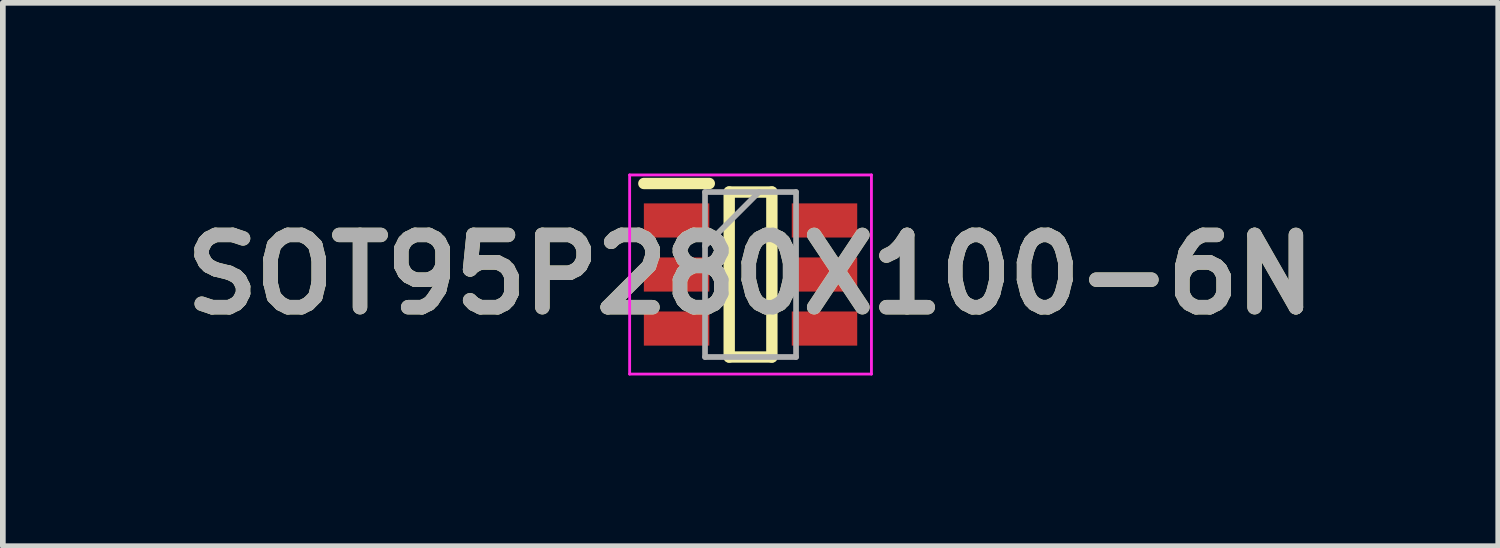
<source format=kicad_pcb>
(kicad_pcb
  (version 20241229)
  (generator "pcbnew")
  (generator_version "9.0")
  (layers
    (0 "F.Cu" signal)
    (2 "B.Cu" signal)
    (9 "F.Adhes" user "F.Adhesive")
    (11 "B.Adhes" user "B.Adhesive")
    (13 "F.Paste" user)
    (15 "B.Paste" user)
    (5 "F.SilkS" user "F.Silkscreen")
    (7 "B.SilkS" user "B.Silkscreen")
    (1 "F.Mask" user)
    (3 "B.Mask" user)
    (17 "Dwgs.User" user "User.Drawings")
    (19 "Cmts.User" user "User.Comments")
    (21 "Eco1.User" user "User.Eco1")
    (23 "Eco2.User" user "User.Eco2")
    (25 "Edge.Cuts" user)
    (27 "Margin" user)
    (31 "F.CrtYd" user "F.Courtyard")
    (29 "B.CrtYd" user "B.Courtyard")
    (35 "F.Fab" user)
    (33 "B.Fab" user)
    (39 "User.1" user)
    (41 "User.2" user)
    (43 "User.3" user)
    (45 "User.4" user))
  (footprint "SOT95P280X100-6N"
    (layer "F.Cu")
    (at 10.142 1.775)
    (property "Reference" "SOT95P280X100-6N" (at 0 0 0) (layer "F.SilkS") (effects (font (size 1.27 1.27) (thickness 0.254))))
    (attr smd)
    (fp_line (start -1.875 -1.6) (end -0.725 -1.6) (stroke (width 0.2) (type solid)) (layer "F.SilkS"))
    (fp_line (start -0.375 -1.45) (end 0.375 -1.45) (stroke (width 0.2) (type solid)) (layer "F.SilkS"))
    (fp_line (start -0.375 1.45) (end -0.375 -1.45) (stroke (width 0.2) (type solid)) (layer "F.SilkS"))
    (fp_line (start 0.375 -1.45) (end 0.375 1.45) (stroke (width 0.2) (type solid)) (layer "F.SilkS"))
    (fp_line (start 0.375 1.45) (end -0.375 1.45) (stroke (width 0.2) (type solid)) (layer "F.SilkS"))
    (fp_line (start -2.125 -1.75) (end 2.125 -1.75) (stroke (width 0.05) (type solid)) (layer "F.CrtYd"))
    (fp_line (start -2.125 1.75) (end -2.125 -1.75) (stroke (width 0.05) (type solid)) (layer "F.CrtYd"))
    (fp_line (start 2.125 -1.75) (end 2.125 1.75) (stroke (width 0.05) (type solid)) (layer "F.CrtYd"))
    (fp_line (start 2.125 1.75) (end -2.125 1.75) (stroke (width 0.05) (type solid)) (layer "F.CrtYd"))
    (fp_line (start -0.8 -1.45) (end 0.8 -1.45) (stroke (width 0.1) (type solid)) (layer "F.Fab"))
    (fp_line (start -0.8 -0.5) (end 0.15 -1.45) (stroke (width 0.1) (type solid)) (layer "F.Fab"))
    (fp_line (start -0.8 1.45) (end -0.8 -1.45) (stroke (width 0.1) (type solid)) (layer "F.Fab"))
    (fp_line (start 0.8 -1.45) (end 0.8 1.45) (stroke (width 0.1) (type solid)) (layer "F.Fab"))
    (fp_line (start 0.8 1.45) (end -0.8 1.45) (stroke (width 0.1) (type solid)) (layer "F.Fab"))
    (fp_text user "${REFERENCE}" (at 0 0 0) (layer "F.Fab") (effects (font (size 1.27 1.27) (thickness 0.254))))
    (pad "1" smd rect (at -1.3 -0.95 90) (size 0.6 1.15) (layers "F.Cu" "F.Mask" "F.Paste"))
    (pad "2" smd rect (at -1.3 0 90) (size 0.6 1.15) (layers "F.Cu" "F.Mask" "F.Paste"))
    (pad "3" smd rect (at -1.3 0.95 90) (size 0.6 1.15) (layers "F.Cu" "F.Mask" "F.Paste"))
    (pad "4" smd rect (at 1.3 0.95 90) (size 0.6 1.15) (layers "F.Cu" "F.Mask" "F.Paste"))
    (pad "5" smd rect (at 1.3 0 90) (size 0.6 1.15) (layers "F.Cu" "F.Mask" "F.Paste"))
    (pad "6" smd rect (at 1.3 -0.95 90) (size 0.6 1.15) (layers "F.Cu" "F.Mask" "F.Paste")))
  (gr_rect
    (start -3 -3)
    (end 23.284 6.55)
    (stroke (width 0.1) (type default))
    (fill no)
    (layer "Edge.Cuts")))
</source>
